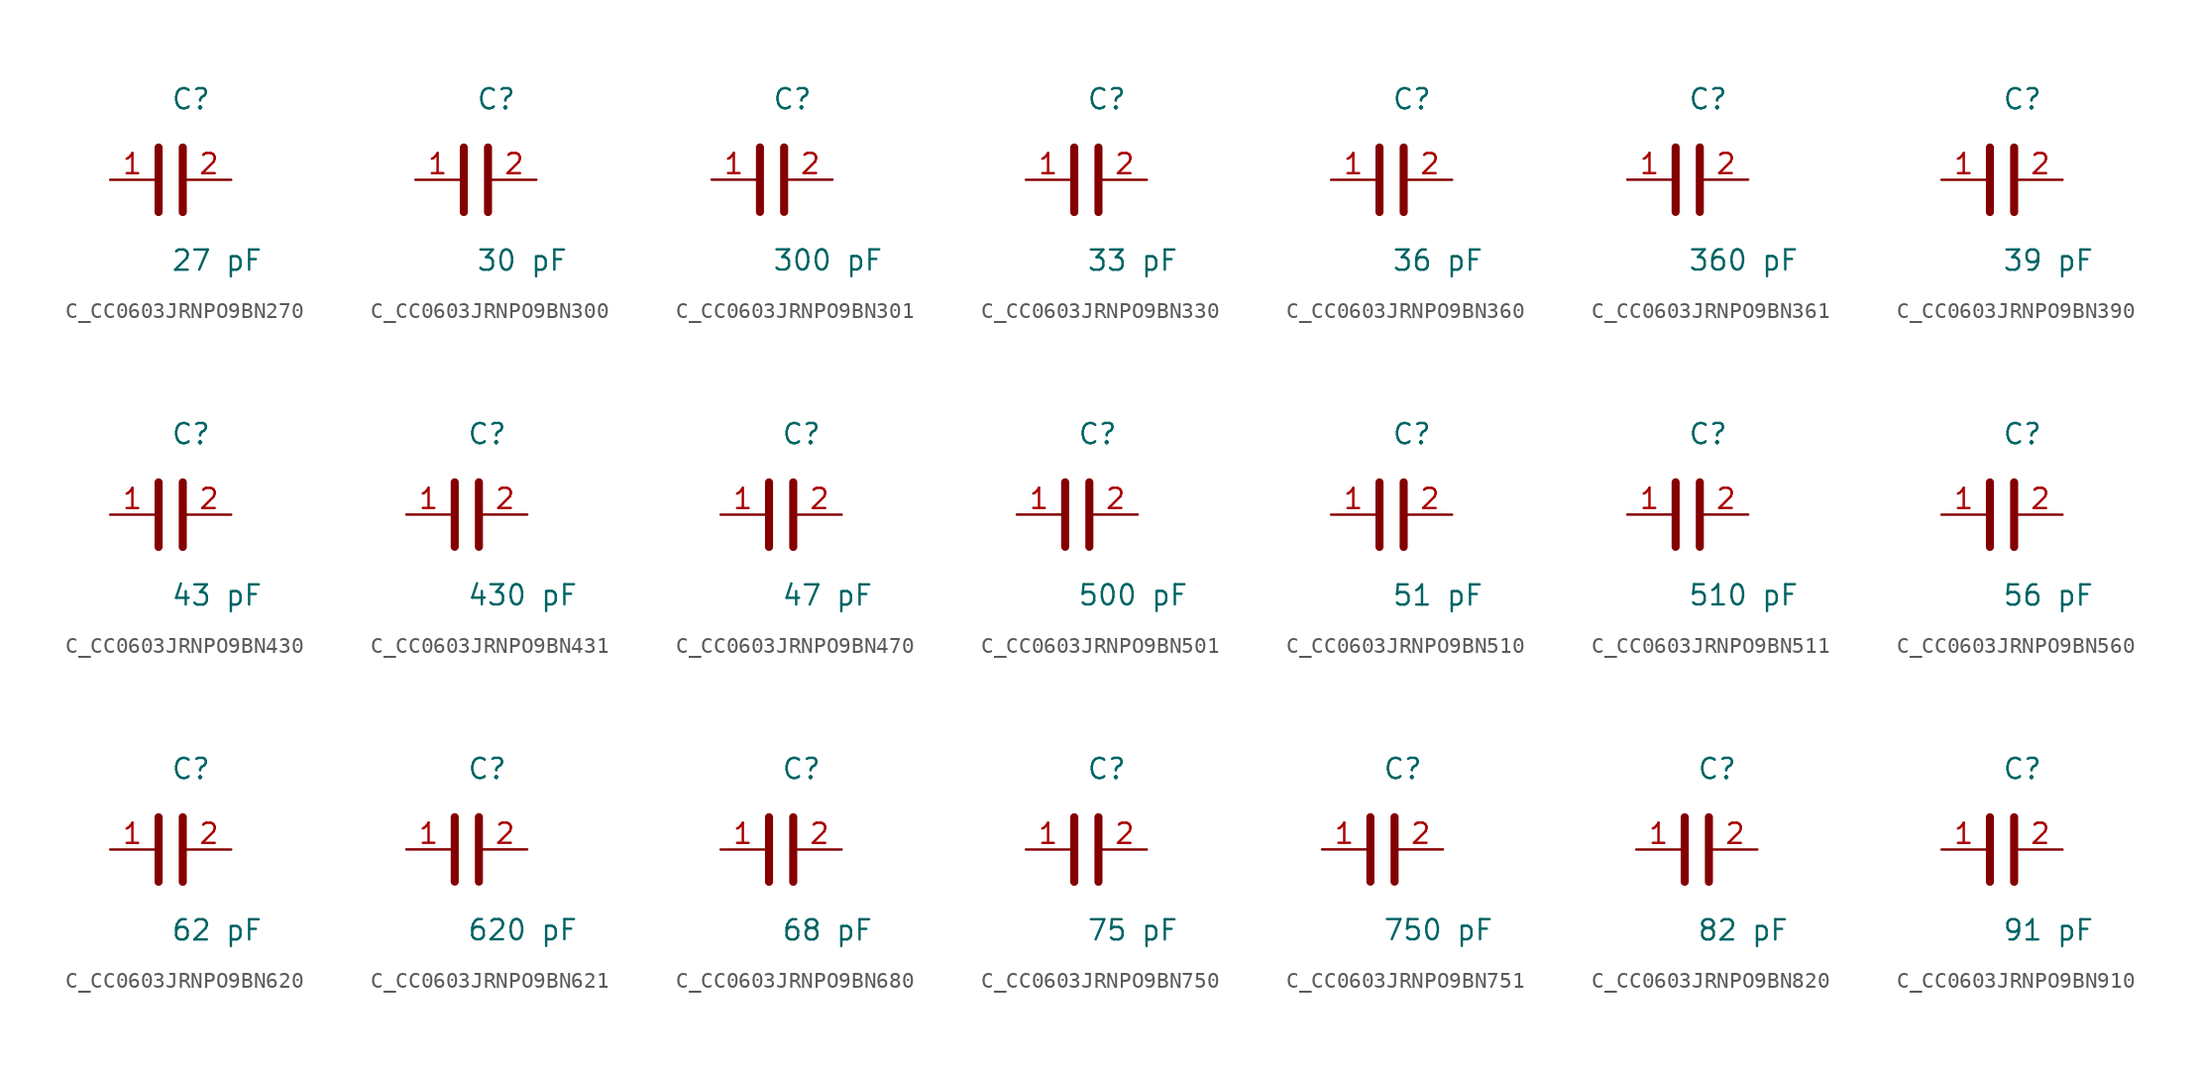
<source format=kicad_sym>
(kicad_symbol_lib
  (version 20231120)
  (generator kicad_symbol_editor)
  (generator_version 8.0)
  (symbol "C_CC0603JRNPO9BN270"
    (pin_names
      (offset 0.254))
    (property "Reference" "C"
      (at 0 5.08 0)
      (effects (font (size 1.27 1.27)) (justify left)))
    (property "Value" "27 pF"
      (at 0 -5.08 0)
      (effects (font (size 1.27 1.27)) (justify left)))
    (symbol "C_CC0603JRNPO9BN270_0_1"
      (polyline (pts (xy -0.762 -2.032) (xy -0.762 2.032)) (stroke (width 0.508) (type default)) (fill (type none)))
      (polyline (pts (xy 0.762 -2.032) (xy 0.762 2.032)) (stroke (width 0.508) (type default)) (fill (type none))))
    (pin passive line
      (at -3.81 0 0)
      (length 2.8)
      (name "" (effects (font (size 1.27 1.27))))
      (number "1" (effects (font (size 1.27 1.27)))))
    (pin passive line
      (at 3.81 0 180)
      (length 2.8)
      (name "" (effects (font (size 1.27 1.27))))
      (number "2" (effects (font (size 1.27 1.27))))))
  (symbol "C_CC0603JRNPO9BN300"
    (pin_names
      (offset 0.254))
    (property "Reference" "C"
      (at 0 5.08 0)
      (effects (font (size 1.27 1.27)) (justify left)))
    (property "Value" "30 pF"
      (at 0 -5.08 0)
      (effects (font (size 1.27 1.27)) (justify left)))
    (symbol "C_CC0603JRNPO9BN300_0_1"
      (polyline (pts (xy -0.762 -2.032) (xy -0.762 2.032)) (stroke (width 0.508) (type default)) (fill (type none)))
      (polyline (pts (xy 0.762 -2.032) (xy 0.762 2.032)) (stroke (width 0.508) (type default)) (fill (type none))))
    (pin passive line
      (at -3.81 0 0)
      (length 2.8)
      (name "" (effects (font (size 1.27 1.27))))
      (number "1" (effects (font (size 1.27 1.27)))))
    (pin passive line
      (at 3.81 0 180)
      (length 2.8)
      (name "" (effects (font (size 1.27 1.27))))
      (number "2" (effects (font (size 1.27 1.27))))))
  (symbol "C_CC0603JRNPO9BN301"
    (pin_names
      (offset 0.254))
    (property "Reference" "C"
      (at 0 5.08 0)
      (effects (font (size 1.27 1.27)) (justify left)))
    (property "Value" "300 pF"
      (at 0 -5.08 0)
      (effects (font (size 1.27 1.27)) (justify left)))
    (symbol "C_CC0603JRNPO9BN301_0_1"
      (polyline (pts (xy -0.762 -2.032) (xy -0.762 2.032)) (stroke (width 0.508) (type default)) (fill (type none)))
      (polyline (pts (xy 0.762 -2.032) (xy 0.762 2.032)) (stroke (width 0.508) (type default)) (fill (type none))))
    (pin passive line
      (at -3.81 0 0)
      (length 2.8)
      (name "" (effects (font (size 1.27 1.27))))
      (number "1" (effects (font (size 1.27 1.27)))))
    (pin passive line
      (at 3.81 0 180)
      (length 2.8)
      (name "" (effects (font (size 1.27 1.27))))
      (number "2" (effects (font (size 1.27 1.27))))))
  (symbol "C_CC0603JRNPO9BN330"
    (pin_names
      (offset 0.254))
    (property "Reference" "C"
      (at 0 5.08 0)
      (effects (font (size 1.27 1.27)) (justify left)))
    (property "Value" "33 pF"
      (at 0 -5.08 0)
      (effects (font (size 1.27 1.27)) (justify left)))
    (symbol "C_CC0603JRNPO9BN330_0_1"
      (polyline (pts (xy -0.762 -2.032) (xy -0.762 2.032)) (stroke (width 0.508) (type default)) (fill (type none)))
      (polyline (pts (xy 0.762 -2.032) (xy 0.762 2.032)) (stroke (width 0.508) (type default)) (fill (type none))))
    (pin passive line
      (at -3.81 0 0)
      (length 2.8)
      (name "" (effects (font (size 1.27 1.27))))
      (number "1" (effects (font (size 1.27 1.27)))))
    (pin passive line
      (at 3.81 0 180)
      (length 2.8)
      (name "" (effects (font (size 1.27 1.27))))
      (number "2" (effects (font (size 1.27 1.27))))))
  (symbol "C_CC0603JRNPO9BN360"
    (pin_names
      (offset 0.254))
    (property "Reference" "C"
      (at 0 5.08 0)
      (effects (font (size 1.27 1.27)) (justify left)))
    (property "Value" "36 pF"
      (at 0 -5.08 0)
      (effects (font (size 1.27 1.27)) (justify left)))
    (symbol "C_CC0603JRNPO9BN360_0_1"
      (polyline (pts (xy -0.762 -2.032) (xy -0.762 2.032)) (stroke (width 0.508) (type default)) (fill (type none)))
      (polyline (pts (xy 0.762 -2.032) (xy 0.762 2.032)) (stroke (width 0.508) (type default)) (fill (type none))))
    (pin passive line
      (at -3.81 0 0)
      (length 2.8)
      (name "" (effects (font (size 1.27 1.27))))
      (number "1" (effects (font (size 1.27 1.27)))))
    (pin passive line
      (at 3.81 0 180)
      (length 2.8)
      (name "" (effects (font (size 1.27 1.27))))
      (number "2" (effects (font (size 1.27 1.27))))))
  (symbol "C_CC0603JRNPO9BN361"
    (pin_names
      (offset 0.254))
    (property "Reference" "C"
      (at 0 5.08 0)
      (effects (font (size 1.27 1.27)) (justify left)))
    (property "Value" "360 pF"
      (at 0 -5.08 0)
      (effects (font (size 1.27 1.27)) (justify left)))
    (symbol "C_CC0603JRNPO9BN361_0_1"
      (polyline (pts (xy -0.762 -2.032) (xy -0.762 2.032)) (stroke (width 0.508) (type default)) (fill (type none)))
      (polyline (pts (xy 0.762 -2.032) (xy 0.762 2.032)) (stroke (width 0.508) (type default)) (fill (type none))))
    (pin passive line
      (at -3.81 0 0)
      (length 2.8)
      (name "" (effects (font (size 1.27 1.27))))
      (number "1" (effects (font (size 1.27 1.27)))))
    (pin passive line
      (at 3.81 0 180)
      (length 2.8)
      (name "" (effects (font (size 1.27 1.27))))
      (number "2" (effects (font (size 1.27 1.27))))))
  (symbol "C_CC0603JRNPO9BN390"
    (pin_names
      (offset 0.254))
    (property "Reference" "C"
      (at 0 5.08 0)
      (effects (font (size 1.27 1.27)) (justify left)))
    (property "Value" "39 pF"
      (at 0 -5.08 0)
      (effects (font (size 1.27 1.27)) (justify left)))
    (symbol "C_CC0603JRNPO9BN390_0_1"
      (polyline (pts (xy -0.762 -2.032) (xy -0.762 2.032)) (stroke (width 0.508) (type default)) (fill (type none)))
      (polyline (pts (xy 0.762 -2.032) (xy 0.762 2.032)) (stroke (width 0.508) (type default)) (fill (type none))))
    (pin passive line
      (at -3.81 0 0)
      (length 2.8)
      (name "" (effects (font (size 1.27 1.27))))
      (number "1" (effects (font (size 1.27 1.27)))))
    (pin passive line
      (at 3.81 0 180)
      (length 2.8)
      (name "" (effects (font (size 1.27 1.27))))
      (number "2" (effects (font (size 1.27 1.27))))))
  (symbol "C_CC0603JRNPO9BN430"
    (pin_names
      (offset 0.254))
    (property "Reference" "C"
      (at 0 5.08 0)
      (effects (font (size 1.27 1.27)) (justify left)))
    (property "Value" "43 pF"
      (at 0 -5.08 0)
      (effects (font (size 1.27 1.27)) (justify left)))
    (symbol "C_CC0603JRNPO9BN430_0_1"
      (polyline (pts (xy -0.762 -2.032) (xy -0.762 2.032)) (stroke (width 0.508) (type default)) (fill (type none)))
      (polyline (pts (xy 0.762 -2.032) (xy 0.762 2.032)) (stroke (width 0.508) (type default)) (fill (type none))))
    (pin passive line
      (at -3.81 0 0)
      (length 2.8)
      (name "" (effects (font (size 1.27 1.27))))
      (number "1" (effects (font (size 1.27 1.27)))))
    (pin passive line
      (at 3.81 0 180)
      (length 2.8)
      (name "" (effects (font (size 1.27 1.27))))
      (number "2" (effects (font (size 1.27 1.27))))))
  (symbol "C_CC0603JRNPO9BN431"
    (pin_names
      (offset 0.254))
    (property "Reference" "C"
      (at 0 5.08 0)
      (effects (font (size 1.27 1.27)) (justify left)))
    (property "Value" "430 pF"
      (at 0 -5.08 0)
      (effects (font (size 1.27 1.27)) (justify left)))
    (symbol "C_CC0603JRNPO9BN431_0_1"
      (polyline (pts (xy -0.762 -2.032) (xy -0.762 2.032)) (stroke (width 0.508) (type default)) (fill (type none)))
      (polyline (pts (xy 0.762 -2.032) (xy 0.762 2.032)) (stroke (width 0.508) (type default)) (fill (type none))))
    (pin passive line
      (at -3.81 0 0)
      (length 2.8)
      (name "" (effects (font (size 1.27 1.27))))
      (number "1" (effects (font (size 1.27 1.27)))))
    (pin passive line
      (at 3.81 0 180)
      (length 2.8)
      (name "" (effects (font (size 1.27 1.27))))
      (number "2" (effects (font (size 1.27 1.27))))))
  (symbol "C_CC0603JRNPO9BN470"
    (pin_names
      (offset 0.254))
    (property "Reference" "C"
      (at 0 5.08 0)
      (effects (font (size 1.27 1.27)) (justify left)))
    (property "Value" "47 pF"
      (at 0 -5.08 0)
      (effects (font (size 1.27 1.27)) (justify left)))
    (symbol "C_CC0603JRNPO9BN470_0_1"
      (polyline (pts (xy -0.762 -2.032) (xy -0.762 2.032)) (stroke (width 0.508) (type default)) (fill (type none)))
      (polyline (pts (xy 0.762 -2.032) (xy 0.762 2.032)) (stroke (width 0.508) (type default)) (fill (type none))))
    (pin passive line
      (at -3.81 0 0)
      (length 2.8)
      (name "" (effects (font (size 1.27 1.27))))
      (number "1" (effects (font (size 1.27 1.27)))))
    (pin passive line
      (at 3.81 0 180)
      (length 2.8)
      (name "" (effects (font (size 1.27 1.27))))
      (number "2" (effects (font (size 1.27 1.27))))))
  (symbol "C_CC0603JRNPO9BN501"
    (pin_names
      (offset 0.254))
    (property "Reference" "C"
      (at 0 5.08 0)
      (effects (font (size 1.27 1.27)) (justify left)))
    (property "Value" "500 pF"
      (at 0 -5.08 0)
      (effects (font (size 1.27 1.27)) (justify left)))
    (symbol "C_CC0603JRNPO9BN501_0_1"
      (polyline (pts (xy -0.762 -2.032) (xy -0.762 2.032)) (stroke (width 0.508) (type default)) (fill (type none)))
      (polyline (pts (xy 0.762 -2.032) (xy 0.762 2.032)) (stroke (width 0.508) (type default)) (fill (type none))))
    (pin passive line
      (at -3.81 0 0)
      (length 2.8)
      (name "" (effects (font (size 1.27 1.27))))
      (number "1" (effects (font (size 1.27 1.27)))))
    (pin passive line
      (at 3.81 0 180)
      (length 2.8)
      (name "" (effects (font (size 1.27 1.27))))
      (number "2" (effects (font (size 1.27 1.27))))))
  (symbol "C_CC0603JRNPO9BN510"
    (pin_names
      (offset 0.254))
    (property "Reference" "C"
      (at 0 5.08 0)
      (effects (font (size 1.27 1.27)) (justify left)))
    (property "Value" "51 pF"
      (at 0 -5.08 0)
      (effects (font (size 1.27 1.27)) (justify left)))
    (symbol "C_CC0603JRNPO9BN510_0_1"
      (polyline (pts (xy -0.762 -2.032) (xy -0.762 2.032)) (stroke (width 0.508) (type default)) (fill (type none)))
      (polyline (pts (xy 0.762 -2.032) (xy 0.762 2.032)) (stroke (width 0.508) (type default)) (fill (type none))))
    (pin passive line
      (at -3.81 0 0)
      (length 2.8)
      (name "" (effects (font (size 1.27 1.27))))
      (number "1" (effects (font (size 1.27 1.27)))))
    (pin passive line
      (at 3.81 0 180)
      (length 2.8)
      (name "" (effects (font (size 1.27 1.27))))
      (number "2" (effects (font (size 1.27 1.27))))))
  (symbol "C_CC0603JRNPO9BN511"
    (pin_names
      (offset 0.254))
    (property "Reference" "C"
      (at 0 5.08 0)
      (effects (font (size 1.27 1.27)) (justify left)))
    (property "Value" "510 pF"
      (at 0 -5.08 0)
      (effects (font (size 1.27 1.27)) (justify left)))
    (symbol "C_CC0603JRNPO9BN511_0_1"
      (polyline (pts (xy -0.762 -2.032) (xy -0.762 2.032)) (stroke (width 0.508) (type default)) (fill (type none)))
      (polyline (pts (xy 0.762 -2.032) (xy 0.762 2.032)) (stroke (width 0.508) (type default)) (fill (type none))))
    (pin passive line
      (at -3.81 0 0)
      (length 2.8)
      (name "" (effects (font (size 1.27 1.27))))
      (number "1" (effects (font (size 1.27 1.27)))))
    (pin passive line
      (at 3.81 0 180)
      (length 2.8)
      (name "" (effects (font (size 1.27 1.27))))
      (number "2" (effects (font (size 1.27 1.27))))))
  (symbol "C_CC0603JRNPO9BN560"
    (pin_names
      (offset 0.254))
    (property "Reference" "C"
      (at 0 5.08 0)
      (effects (font (size 1.27 1.27)) (justify left)))
    (property "Value" "56 pF"
      (at 0 -5.08 0)
      (effects (font (size 1.27 1.27)) (justify left)))
    (symbol "C_CC0603JRNPO9BN560_0_1"
      (polyline (pts (xy -0.762 -2.032) (xy -0.762 2.032)) (stroke (width 0.508) (type default)) (fill (type none)))
      (polyline (pts (xy 0.762 -2.032) (xy 0.762 2.032)) (stroke (width 0.508) (type default)) (fill (type none))))
    (pin passive line
      (at -3.81 0 0)
      (length 2.8)
      (name "" (effects (font (size 1.27 1.27))))
      (number "1" (effects (font (size 1.27 1.27)))))
    (pin passive line
      (at 3.81 0 180)
      (length 2.8)
      (name "" (effects (font (size 1.27 1.27))))
      (number "2" (effects (font (size 1.27 1.27))))))
  (symbol "C_CC0603JRNPO9BN620"
    (pin_names
      (offset 0.254))
    (property "Reference" "C"
      (at 0 5.08 0)
      (effects (font (size 1.27 1.27)) (justify left)))
    (property "Value" "62 pF"
      (at 0 -5.08 0)
      (effects (font (size 1.27 1.27)) (justify left)))
    (symbol "C_CC0603JRNPO9BN620_0_1"
      (polyline (pts (xy -0.762 -2.032) (xy -0.762 2.032)) (stroke (width 0.508) (type default)) (fill (type none)))
      (polyline (pts (xy 0.762 -2.032) (xy 0.762 2.032)) (stroke (width 0.508) (type default)) (fill (type none))))
    (pin passive line
      (at -3.81 0 0)
      (length 2.8)
      (name "" (effects (font (size 1.27 1.27))))
      (number "1" (effects (font (size 1.27 1.27)))))
    (pin passive line
      (at 3.81 0 180)
      (length 2.8)
      (name "" (effects (font (size 1.27 1.27))))
      (number "2" (effects (font (size 1.27 1.27))))))
  (symbol "C_CC0603JRNPO9BN621"
    (pin_names
      (offset 0.254))
    (property "Reference" "C"
      (at 0 5.08 0)
      (effects (font (size 1.27 1.27)) (justify left)))
    (property "Value" "620 pF"
      (at 0 -5.08 0)
      (effects (font (size 1.27 1.27)) (justify left)))
    (symbol "C_CC0603JRNPO9BN621_0_1"
      (polyline (pts (xy -0.762 -2.032) (xy -0.762 2.032)) (stroke (width 0.508) (type default)) (fill (type none)))
      (polyline (pts (xy 0.762 -2.032) (xy 0.762 2.032)) (stroke (width 0.508) (type default)) (fill (type none))))
    (pin passive line
      (at -3.81 0 0)
      (length 2.8)
      (name "" (effects (font (size 1.27 1.27))))
      (number "1" (effects (font (size 1.27 1.27)))))
    (pin passive line
      (at 3.81 0 180)
      (length 2.8)
      (name "" (effects (font (size 1.27 1.27))))
      (number "2" (effects (font (size 1.27 1.27))))))
  (symbol "C_CC0603JRNPO9BN680"
    (pin_names
      (offset 0.254))
    (property "Reference" "C"
      (at 0 5.08 0)
      (effects (font (size 1.27 1.27)) (justify left)))
    (property "Value" "68 pF"
      (at 0 -5.08 0)
      (effects (font (size 1.27 1.27)) (justify left)))
    (symbol "C_CC0603JRNPO9BN680_0_1"
      (polyline (pts (xy -0.762 -2.032) (xy -0.762 2.032)) (stroke (width 0.508) (type default)) (fill (type none)))
      (polyline (pts (xy 0.762 -2.032) (xy 0.762 2.032)) (stroke (width 0.508) (type default)) (fill (type none))))
    (pin passive line
      (at -3.81 0 0)
      (length 2.8)
      (name "" (effects (font (size 1.27 1.27))))
      (number "1" (effects (font (size 1.27 1.27)))))
    (pin passive line
      (at 3.81 0 180)
      (length 2.8)
      (name "" (effects (font (size 1.27 1.27))))
      (number "2" (effects (font (size 1.27 1.27))))))
  (symbol "C_CC0603JRNPO9BN750"
    (pin_names
      (offset 0.254))
    (property "Reference" "C"
      (at 0 5.08 0)
      (effects (font (size 1.27 1.27)) (justify left)))
    (property "Value" "75 pF"
      (at 0 -5.08 0)
      (effects (font (size 1.27 1.27)) (justify left)))
    (symbol "C_CC0603JRNPO9BN750_0_1"
      (polyline (pts (xy -0.762 -2.032) (xy -0.762 2.032)) (stroke (width 0.508) (type default)) (fill (type none)))
      (polyline (pts (xy 0.762 -2.032) (xy 0.762 2.032)) (stroke (width 0.508) (type default)) (fill (type none))))
    (pin passive line
      (at -3.81 0 0)
      (length 2.8)
      (name "" (effects (font (size 1.27 1.27))))
      (number "1" (effects (font (size 1.27 1.27)))))
    (pin passive line
      (at 3.81 0 180)
      (length 2.8)
      (name "" (effects (font (size 1.27 1.27))))
      (number "2" (effects (font (size 1.27 1.27))))))
  (symbol "C_CC0603JRNPO9BN751"
    (pin_names
      (offset 0.254))
    (property "Reference" "C"
      (at 0 5.08 0)
      (effects (font (size 1.27 1.27)) (justify left)))
    (property "Value" "750 pF"
      (at 0 -5.08 0)
      (effects (font (size 1.27 1.27)) (justify left)))
    (symbol "C_CC0603JRNPO9BN751_0_1"
      (polyline (pts (xy -0.762 -2.032) (xy -0.762 2.032)) (stroke (width 0.508) (type default)) (fill (type none)))
      (polyline (pts (xy 0.762 -2.032) (xy 0.762 2.032)) (stroke (width 0.508) (type default)) (fill (type none))))
    (pin passive line
      (at -3.81 0 0)
      (length 2.8)
      (name "" (effects (font (size 1.27 1.27))))
      (number "1" (effects (font (size 1.27 1.27)))))
    (pin passive line
      (at 3.81 0 180)
      (length 2.8)
      (name "" (effects (font (size 1.27 1.27))))
      (number "2" (effects (font (size 1.27 1.27))))))
  (symbol "C_CC0603JRNPO9BN820"
    (pin_names
      (offset 0.254))
    (property "Reference" "C"
      (at 0 5.08 0)
      (effects (font (size 1.27 1.27)) (justify left)))
    (property "Value" "82 pF"
      (at 0 -5.08 0)
      (effects (font (size 1.27 1.27)) (justify left)))
    (symbol "C_CC0603JRNPO9BN820_0_1"
      (polyline (pts (xy -0.762 -2.032) (xy -0.762 2.032)) (stroke (width 0.508) (type default)) (fill (type none)))
      (polyline (pts (xy 0.762 -2.032) (xy 0.762 2.032)) (stroke (width 0.508) (type default)) (fill (type none))))
    (pin passive line
      (at -3.81 0 0)
      (length 2.8)
      (name "" (effects (font (size 1.27 1.27))))
      (number "1" (effects (font (size 1.27 1.27)))))
    (pin passive line
      (at 3.81 0 180)
      (length 2.8)
      (name "" (effects (font (size 1.27 1.27))))
      (number "2" (effects (font (size 1.27 1.27))))))
  (symbol "C_CC0603JRNPO9BN910"
    (pin_names
      (offset 0.254))
    (property "Reference" "C"
      (at 0 5.08 0)
      (effects (font (size 1.27 1.27)) (justify left)))
    (property "Value" "91 pF"
      (at 0 -5.08 0)
      (effects (font (size 1.27 1.27)) (justify left)))
    (symbol "C_CC0603JRNPO9BN910_0_1"
      (polyline (pts (xy -0.762 -2.032) (xy -0.762 2.032)) (stroke (width 0.508) (type default)) (fill (type none)))
      (polyline (pts (xy 0.762 -2.032) (xy 0.762 2.032)) (stroke (width 0.508) (type default)) (fill (type none))))
    (pin passive line
      (at -3.81 0 0)
      (length 2.8)
      (name "" (effects (font (size 1.27 1.27))))
      (number "1" (effects (font (size 1.27 1.27)))))
    (pin passive line
      (at 3.81 0 180)
      (length 2.8)
      (name "" (effects (font (size 1.27 1.27))))
      (number "2" (effects (font (size 1.27 1.27)))))))
</source>
